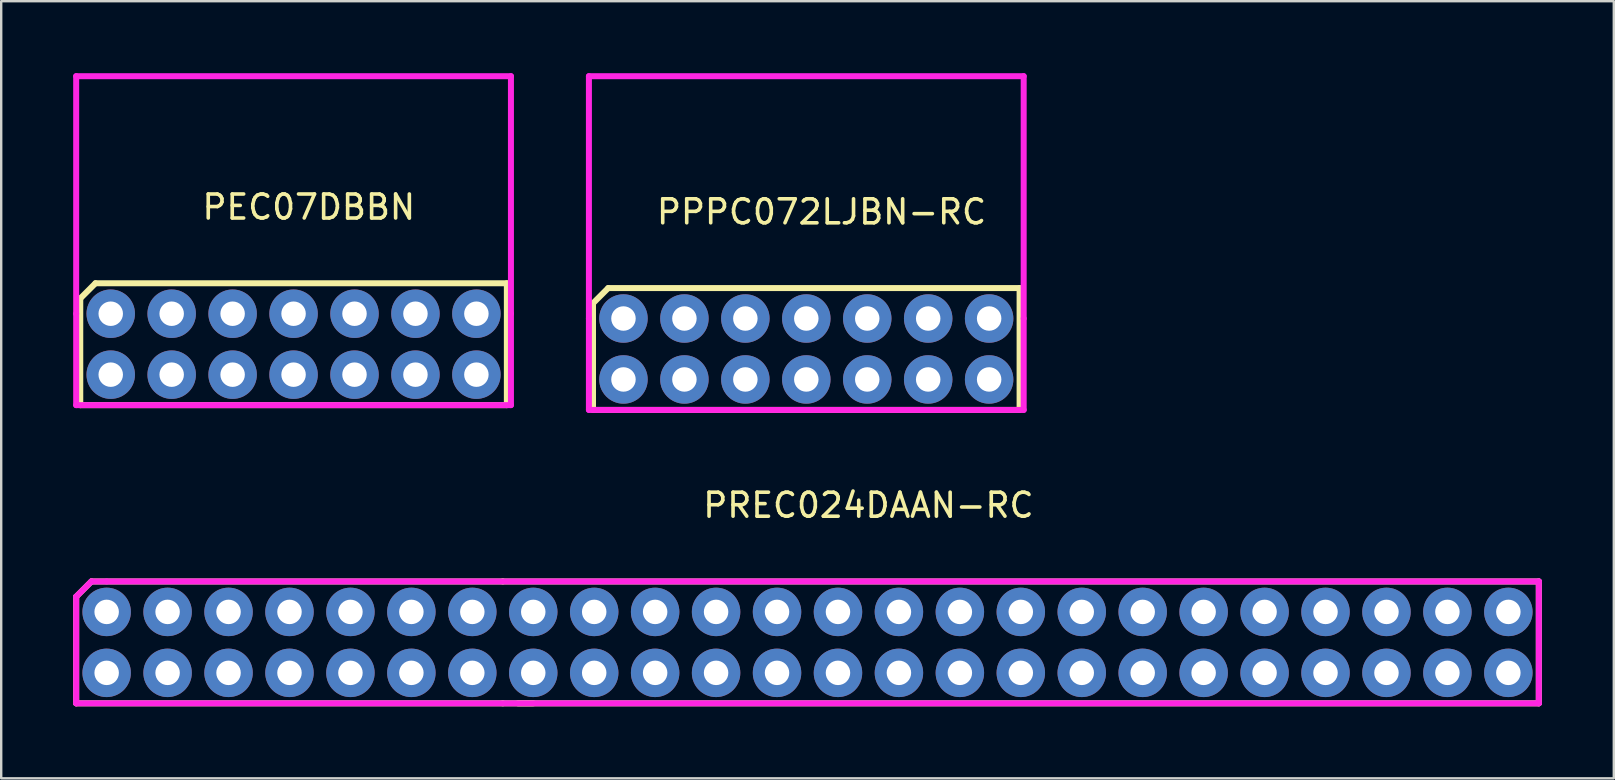
<source format=kicad_pcb>
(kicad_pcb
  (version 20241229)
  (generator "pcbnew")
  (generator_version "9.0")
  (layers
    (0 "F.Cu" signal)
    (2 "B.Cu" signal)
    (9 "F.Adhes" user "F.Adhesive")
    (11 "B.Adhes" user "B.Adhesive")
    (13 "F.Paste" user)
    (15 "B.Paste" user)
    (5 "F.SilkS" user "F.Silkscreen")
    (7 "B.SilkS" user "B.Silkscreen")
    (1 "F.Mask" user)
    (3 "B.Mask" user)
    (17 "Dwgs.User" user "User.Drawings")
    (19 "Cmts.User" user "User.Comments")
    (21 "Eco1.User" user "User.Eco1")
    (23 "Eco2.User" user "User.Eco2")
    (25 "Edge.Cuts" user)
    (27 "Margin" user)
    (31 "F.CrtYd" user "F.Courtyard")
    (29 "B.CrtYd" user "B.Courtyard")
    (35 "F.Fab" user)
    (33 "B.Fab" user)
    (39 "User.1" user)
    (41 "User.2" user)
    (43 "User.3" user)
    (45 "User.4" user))
  (footprint "PEC07DBBN"
    (layer "F.Cu")
    (at 9.185 10.025)
    (property "Reference" "PEC07DBBN" (at 0.635 -4.445 0) (layer "F.SilkS") (effects (font (size 1 1) (thickness 0.15))))
    (attr through_hole)
    (fp_line (start -8.89 -0.635) (end -8.89 3.81) (stroke (width 0.25) (type solid)) (layer "F.SilkS"))
    (fp_line (start -8.89 3.81) (end 8.89 3.81) (stroke (width 0.25) (type solid)) (layer "F.SilkS"))
    (fp_line (start -8.255 -1.27) (end -8.89 -0.635) (stroke (width 0.25) (type solid)) (layer "F.SilkS"))
    (fp_line (start 8.89 -1.27) (end -8.255 -1.27) (stroke (width 0.25) (type solid)) (layer "F.SilkS"))
    (fp_line (start 8.89 3.81) (end 8.89 -1.27) (stroke (width 0.25) (type solid)) (layer "F.SilkS"))
    (fp_line (start -9.06 -9.9) (end 9.06 -9.9) (stroke (width 0.25) (type solid)) (layer "F.CrtYd"))
    (fp_line (start -9.06 0) (end -9.06 -9.9) (stroke (width 0.25) (type solid)) (layer "F.CrtYd"))
    (fp_line (start -9.06 3.81) (end -9.06 0) (stroke (width 0.25) (type solid)) (layer "F.CrtYd"))
    (fp_line (start 9.06 0) (end 9.06 -9.9) (stroke (width 0.25) (type solid)) (layer "F.CrtYd"))
    (fp_line (start 9.06 3.81) (end -9.06 3.81) (stroke (width 0.25) (type solid)) (layer "F.CrtYd"))
    (fp_line (start 9.06 3.81) (end 9.06 0) (stroke (width 0.25) (type solid)) (layer "F.CrtYd"))
    (pad "1" thru_hole circle (at -7.62 0) (size 2.02 2.02) (drill 1.02) (layers "*.Cu" "*.Mask"))
    (pad "2" thru_hole circle (at -7.62 2.54) (size 2.02 2.02) (drill 1.02) (layers "*.Cu" "*.Mask"))
    (pad "3" thru_hole circle (at -5.08 0) (size 2.02 2.02) (drill 1.02) (layers "*.Cu" "*.Mask"))
    (pad "4" thru_hole circle (at -5.08 2.54) (size 2.02 2.02) (drill 1.02) (layers "*.Cu" "*.Mask"))
    (pad "5" thru_hole circle (at -2.54 0) (size 2.02 2.02) (drill 1.02) (layers "*.Cu" "*.Mask"))
    (pad "6" thru_hole circle (at -2.54 2.54) (size 2.02 2.02) (drill 1.02) (layers "*.Cu" "*.Mask"))
    (pad "7" thru_hole circle (at 0 0) (size 2.02 2.02) (drill 1.02) (layers "*.Cu" "*.Mask"))
    (pad "8" thru_hole circle (at 0 2.54) (size 2.02 2.02) (drill 1.02) (layers "*.Cu" "*.Mask"))
    (pad "9" thru_hole circle (at 2.54 0) (size 2.02 2.02) (drill 1.02) (layers "*.Cu" "*.Mask"))
    (pad "10" thru_hole circle (at 2.54 2.54) (size 2.02 2.02) (drill 1.02) (layers "*.Cu" "*.Mask"))
    (pad "11" thru_hole circle (at 5.08 0) (size 2.02 2.02) (drill 1.02) (layers "*.Cu" "*.Mask"))
    (pad "12" thru_hole circle (at 5.08 2.54) (size 2.02 2.02) (drill 1.02) (layers "*.Cu" "*.Mask"))
    (pad "13" thru_hole circle (at 7.62 0) (size 2.02 2.02) (drill 1.02) (layers "*.Cu" "*.Mask"))
    (pad "14" thru_hole circle (at 7.62 2.54) (size 2.02 2.02) (drill 1.02) (layers "*.Cu" "*.Mask")))
  (footprint "PREC024DAAN-RC"
    (layer "F.Cu")
    (at 33.145 23.723)
    (property "Reference" "PREC024DAAN-RC" (at 0 -5.715 0) (layer "F.SilkS") (effects (font (size 1 1) (thickness 0.15))))
    (attr through_hole)
    (fp_line (start -33.02 -1.905) (end -33.02 2.54) (stroke (width 0.25) (type solid)) (layer "F.SilkS"))
    (fp_line (start -33.02 2.54) (end -15.24 2.54) (stroke (width 0.25) (type solid)) (layer "F.SilkS"))
    (fp_line (start -32.385 -2.54) (end -33.02 -1.905) (stroke (width 0.25) (type solid)) (layer "F.SilkS"))
    (fp_line (start -15.24 -2.54) (end -32.385 -2.54) (stroke (width 0.25) (type solid)) (layer "F.SilkS"))
    (fp_line (start -15.24 2.54) (end -13.97 2.54) (stroke (width 0.25) (type solid)) (layer "F.SilkS"))
    (fp_line (start -14.605 2.54) (end 27.94 2.54) (stroke (width 0.25) (type solid)) (layer "F.SilkS"))
    (fp_line (start 27.94 -2.54) (end -15.24 -2.54) (stroke (width 0.25) (type solid)) (layer "F.SilkS"))
    (fp_line (start 27.94 2.54) (end 27.94 -2.54) (stroke (width 0.25) (type solid)) (layer "F.SilkS"))
    (fp_line (start -33.02 -1.905) (end -32.385 -2.54) (stroke (width 0.25) (type solid)) (layer "F.CrtYd"))
    (fp_line (start -33.02 2.54) (end -33.02 -1.905) (stroke (width 0.25) (type solid)) (layer "F.CrtYd"))
    (fp_line (start -33.02 2.54) (end 27.94 2.54) (stroke (width 0.25) (type solid)) (layer "F.CrtYd"))
    (fp_line (start -32.385 -2.54) (end -31.75 -2.54) (stroke (width 0.25) (type solid)) (layer "F.CrtYd"))
    (fp_line (start 27.94 -2.54) (end -31.75 -2.54) (stroke (width 0.25) (type solid)) (layer "F.CrtYd"))
    (fp_line (start 27.94 2.54) (end 27.94 -2.54) (stroke (width 0.25) (type solid)) (layer "F.CrtYd"))
    (pad "1" thru_hole circle (at -31.75 -1.27) (size 2.02 2.02) (drill 1.02) (layers "*.Cu" "*.Mask"))
    (pad "2" thru_hole circle (at -31.75 1.27) (size 2.02 2.02) (drill 1.02) (layers "*.Cu" "*.Mask"))
    (pad "3" thru_hole circle (at -29.21 -1.27) (size 2.02 2.02) (drill 1.02) (layers "*.Cu" "*.Mask"))
    (pad "4" thru_hole circle (at -29.21 1.27) (size 2.02 2.02) (drill 1.02) (layers "*.Cu" "*.Mask"))
    (pad "5" thru_hole circle (at -26.67 -1.27) (size 2.02 2.02) (drill 1.02) (layers "*.Cu" "*.Mask"))
    (pad "6" thru_hole circle (at -26.67 1.27) (size 2.02 2.02) (drill 1.02) (layers "*.Cu" "*.Mask"))
    (pad "7" thru_hole circle (at -24.13 -1.27) (size 2.02 2.02) (drill 1.02) (layers "*.Cu" "*.Mask"))
    (pad "8" thru_hole circle (at -24.13 1.27) (size 2.02 2.02) (drill 1.02) (layers "*.Cu" "*.Mask"))
    (pad "9" thru_hole circle (at -21.59 -1.27) (size 2.02 2.02) (drill 1.02) (layers "*.Cu" "*.Mask"))
    (pad "10" thru_hole circle (at -21.59 1.27) (size 2.02 2.02) (drill 1.02) (layers "*.Cu" "*.Mask"))
    (pad "11" thru_hole circle (at -19.05 -1.27) (size 2.02 2.02) (drill 1.02) (layers "*.Cu" "*.Mask"))
    (pad "12" thru_hole circle (at -19.05 1.27) (size 2.02 2.02) (drill 1.02) (layers "*.Cu" "*.Mask"))
    (pad "13" thru_hole circle (at -16.51 -1.27) (size 2.02 2.02) (drill 1.02) (layers "*.Cu" "*.Mask"))
    (pad "14" thru_hole circle (at -16.51 1.27) (size 2.02 2.02) (drill 1.02) (layers "*.Cu" "*.Mask"))
    (pad "15" thru_hole circle (at -13.97 -1.27) (size 2.02 2.02) (drill 1.02) (layers "*.Cu" "*.Mask"))
    (pad "16" thru_hole circle (at -13.97 1.27) (size 2.02 2.02) (drill 1.02) (layers "*.Cu" "*.Mask"))
    (pad "17" thru_hole circle (at -11.43 -1.27) (size 2.02 2.02) (drill 1.02) (layers "*.Cu" "*.Mask"))
    (pad "18" thru_hole circle (at -11.43 1.27) (size 2.02 2.02) (drill 1.02) (layers "*.Cu" "*.Mask"))
    (pad "19" thru_hole circle (at -8.89 -1.27) (size 2.02 2.02) (drill 1.02) (layers "*.Cu" "*.Mask"))
    (pad "20" thru_hole circle (at -8.89 1.27) (size 2.02 2.02) (drill 1.02) (layers "*.Cu" "*.Mask"))
    (pad "21" thru_hole circle (at -6.35 -1.27) (size 2.02 2.02) (drill 1.02) (layers "*.Cu" "*.Mask"))
    (pad "22" thru_hole circle (at -6.35 1.27) (size 2.02 2.02) (drill 1.02) (layers "*.Cu" "*.Mask"))
    (pad "23" thru_hole circle (at -3.81 -1.27) (size 2.02 2.02) (drill 1.02) (layers "*.Cu" "*.Mask"))
    (pad "24" thru_hole circle (at -3.81 1.27) (size 2.02 2.02) (drill 1.02) (layers "*.Cu" "*.Mask"))
    (pad "25" thru_hole circle (at -1.27 -1.27) (size 2.02 2.02) (drill 1.02) (layers "*.Cu" "*.Mask"))
    (pad "26" thru_hole circle (at -1.27 1.27) (size 2.02 2.02) (drill 1.02) (layers "*.Cu" "*.Mask"))
    (pad "27" thru_hole circle (at 1.27 -1.27) (size 2.02 2.02) (drill 1.02) (layers "*.Cu" "*.Mask"))
    (pad "28" thru_hole circle (at 1.27 1.27) (size 2.02 2.02) (drill 1.02) (layers "*.Cu" "*.Mask"))
    (pad "29" thru_hole circle (at 3.81 -1.27) (size 2.02 2.02) (drill 1.02) (layers "*.Cu" "*.Mask"))
    (pad "30" thru_hole circle (at 3.81 1.27) (size 2.02 2.02) (drill 1.02) (layers "*.Cu" "*.Mask"))
    (pad "31" thru_hole circle (at 6.35 -1.27) (size 2.02 2.02) (drill 1.02) (layers "*.Cu" "*.Mask"))
    (pad "32" thru_hole circle (at 6.35 1.27) (size 2.02 2.02) (drill 1.02) (layers "*.Cu" "*.Mask"))
    (pad "33" thru_hole circle (at 8.89 -1.27) (size 2.02 2.02) (drill 1.02) (layers "*.Cu" "*.Mask"))
    (pad "34" thru_hole circle (at 8.89 1.27) (size 2.02 2.02) (drill 1.02) (layers "*.Cu" "*.Mask"))
    (pad "35" thru_hole circle (at 11.43 -1.27) (size 2.02 2.02) (drill 1.02) (layers "*.Cu" "*.Mask"))
    (pad "36" thru_hole circle (at 11.43 1.27) (size 2.02 2.02) (drill 1.02) (layers "*.Cu" "*.Mask"))
    (pad "37" thru_hole circle (at 13.97 -1.27) (size 2.02 2.02) (drill 1.02) (layers "*.Cu" "*.Mask"))
    (pad "38" thru_hole circle (at 13.97 1.27) (size 2.02 2.02) (drill 1.02) (layers "*.Cu" "*.Mask"))
    (pad "39" thru_hole circle (at 16.51 -1.27) (size 2.02 2.02) (drill 1.02) (layers "*.Cu" "*.Mask"))
    (pad "40" thru_hole circle (at 16.51 1.27) (size 2.02 2.02) (drill 1.02) (layers "*.Cu" "*.Mask"))
    (pad "41" thru_hole circle (at 19.05 -1.27) (size 2.02 2.02) (drill 1.02) (layers "*.Cu" "*.Mask"))
    (pad "42" thru_hole circle (at 19.05 1.27) (size 2.02 2.02) (drill 1.02) (layers "*.Cu" "*.Mask"))
    (pad "43" thru_hole circle (at 21.59 -1.27) (size 2.02 2.02) (drill 1.02) (layers "*.Cu" "*.Mask"))
    (pad "44" thru_hole circle (at 21.59 1.27) (size 2.02 2.02) (drill 1.02) (layers "*.Cu" "*.Mask"))
    (pad "45" thru_hole circle (at 24.13 -1.27) (size 2.02 2.02) (drill 1.02) (layers "*.Cu" "*.Mask"))
    (pad "46" thru_hole circle (at 24.13 1.27) (size 2.02 2.02) (drill 1.02) (layers "*.Cu" "*.Mask"))
    (pad "47" thru_hole circle (at 26.67 -1.27) (size 2.02 2.02) (drill 1.02) (layers "*.Cu" "*.Mask"))
    (pad "48" thru_hole circle (at 26.67 1.27) (size 2.02 2.02) (drill 1.02) (layers "*.Cu" "*.Mask")))
  (footprint "PPPC072LJBN-RC"
    (layer "F.Cu")
    (at 30.555 10.225)
    (property "Reference" "PPPC072LJBN-RC" (at 0.635 -4.445 0) (layer "F.SilkS") (effects (font (size 1 1) (thickness 0.15))))
    (attr through_hole)
    (fp_line (start -8.89 -0.635) (end -8.89 3.81) (stroke (width 0.25) (type solid)) (layer "F.SilkS"))
    (fp_line (start -8.89 3.81) (end 8.89 3.81) (stroke (width 0.25) (type solid)) (layer "F.SilkS"))
    (fp_line (start -8.255 -1.27) (end -8.89 -0.635) (stroke (width 0.25) (type solid)) (layer "F.SilkS"))
    (fp_line (start 8.89 -1.27) (end -8.255 -1.27) (stroke (width 0.25) (type solid)) (layer "F.SilkS"))
    (fp_line (start 8.89 3.81) (end 8.89 -1.27) (stroke (width 0.25) (type solid)) (layer "F.SilkS"))
    (fp_line (start -9.06 -10.1) (end 9.06 -10.1) (stroke (width 0.25) (type solid)) (layer "F.CrtYd"))
    (fp_line (start -9.06 0) (end -9.06 -10.1) (stroke (width 0.25) (type solid)) (layer "F.CrtYd"))
    (fp_line (start -9.06 3.81) (end -9.06 0) (stroke (width 0.25) (type solid)) (layer "F.CrtYd"))
    (fp_line (start 9.06 0) (end 9.06 -10.1) (stroke (width 0.25) (type solid)) (layer "F.CrtYd"))
    (fp_line (start 9.06 3.81) (end -9.06 3.81) (stroke (width 0.25) (type solid)) (layer "F.CrtYd"))
    (fp_line (start 9.06 3.81) (end 9.06 0) (stroke (width 0.25) (type solid)) (layer "F.CrtYd"))
    (pad "1" thru_hole circle (at -7.62 0) (size 2.02 2.02) (drill 1.02) (layers "*.Cu" "*.Mask"))
    (pad "2" thru_hole circle (at -7.62 2.54) (size 2.02 2.02) (drill 1.02) (layers "*.Cu" "*.Mask"))
    (pad "3" thru_hole circle (at -5.08 0) (size 2.02 2.02) (drill 1.02) (layers "*.Cu" "*.Mask"))
    (pad "4" thru_hole circle (at -5.08 2.54) (size 2.02 2.02) (drill 1.02) (layers "*.Cu" "*.Mask"))
    (pad "5" thru_hole circle (at -2.54 0) (size 2.02 2.02) (drill 1.02) (layers "*.Cu" "*.Mask"))
    (pad "6" thru_hole circle (at -2.54 2.54) (size 2.02 2.02) (drill 1.02) (layers "*.Cu" "*.Mask"))
    (pad "7" thru_hole circle (at 0 0) (size 2.02 2.02) (drill 1.02) (layers "*.Cu" "*.Mask"))
    (pad "8" thru_hole circle (at 0 2.54) (size 2.02 2.02) (drill 1.02) (layers "*.Cu" "*.Mask"))
    (pad "9" thru_hole circle (at 2.54 0) (size 2.02 2.02) (drill 1.02) (layers "*.Cu" "*.Mask"))
    (pad "10" thru_hole circle (at 2.54 2.54) (size 2.02 2.02) (drill 1.02) (layers "*.Cu" "*.Mask"))
    (pad "11" thru_hole circle (at 5.08 0) (size 2.02 2.02) (drill 1.02) (layers "*.Cu" "*.Mask"))
    (pad "12" thru_hole circle (at 5.08 2.54) (size 2.02 2.02) (drill 1.02) (layers "*.Cu" "*.Mask"))
    (pad "13" thru_hole circle (at 7.62 0) (size 2.02 2.02) (drill 1.02) (layers "*.Cu" "*.Mask"))
    (pad "14" thru_hole circle (at 7.62 2.54) (size 2.02 2.02) (drill 1.02) (layers "*.Cu" "*.Mask")))
  (gr_rect
    (start -3 -3)
    (end 64.21 29.388)
    (stroke (width 0.1) (type default))
    (fill no)
    (layer "Edge.Cuts")))
</source>
